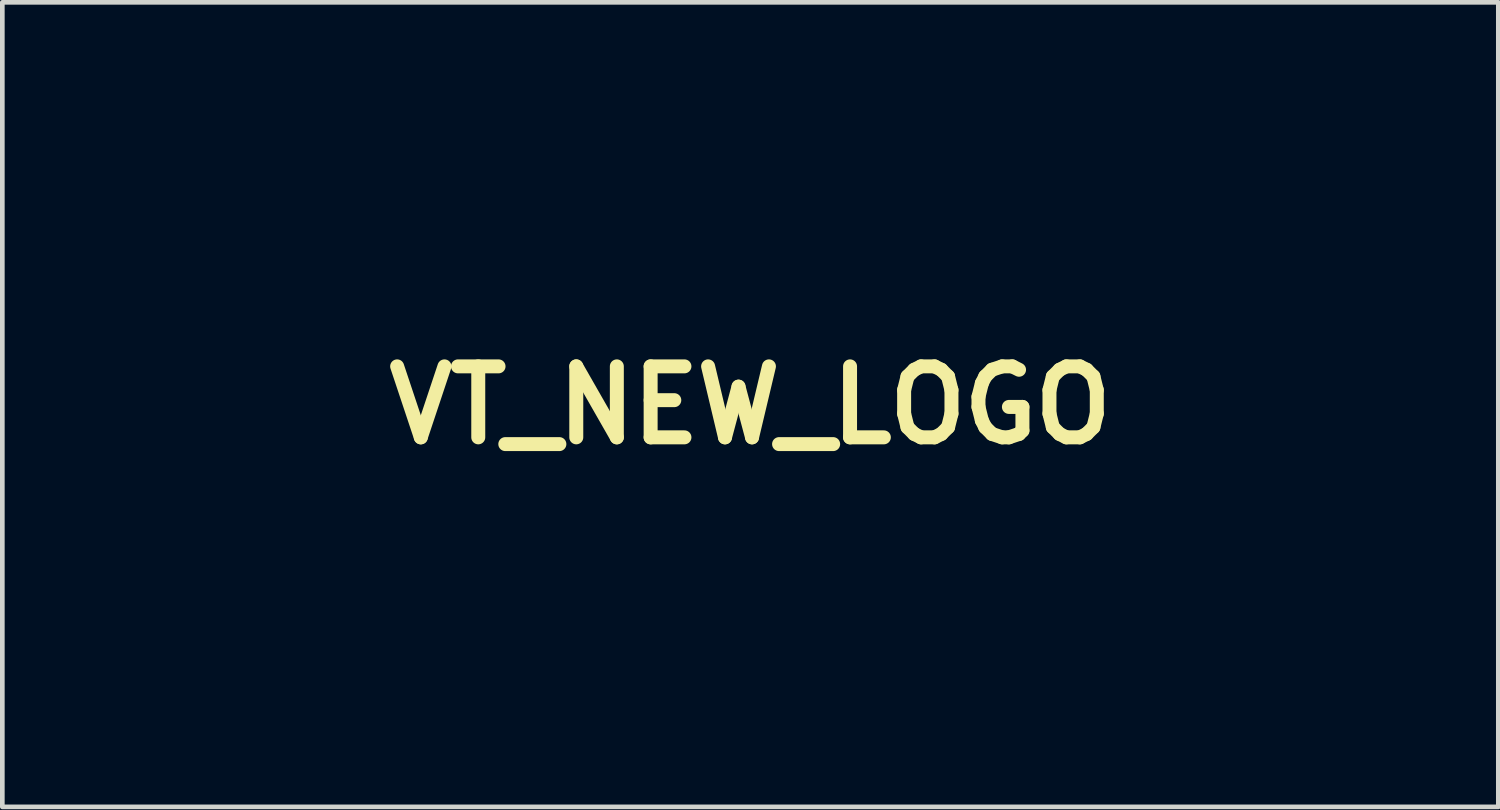
<source format=kicad_pcb>
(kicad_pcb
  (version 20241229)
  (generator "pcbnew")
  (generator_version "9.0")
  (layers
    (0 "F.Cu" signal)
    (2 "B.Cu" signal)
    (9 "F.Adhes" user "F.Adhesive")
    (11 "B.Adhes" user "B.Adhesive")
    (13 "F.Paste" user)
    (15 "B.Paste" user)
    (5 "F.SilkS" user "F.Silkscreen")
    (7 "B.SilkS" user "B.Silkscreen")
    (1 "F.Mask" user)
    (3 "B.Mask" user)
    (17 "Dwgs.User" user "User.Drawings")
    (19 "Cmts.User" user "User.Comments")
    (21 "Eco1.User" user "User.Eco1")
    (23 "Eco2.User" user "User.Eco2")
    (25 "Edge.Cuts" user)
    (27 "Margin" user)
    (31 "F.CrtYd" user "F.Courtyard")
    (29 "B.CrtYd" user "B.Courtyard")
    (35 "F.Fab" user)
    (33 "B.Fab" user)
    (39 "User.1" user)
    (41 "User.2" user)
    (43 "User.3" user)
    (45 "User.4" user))
  (footprint "VT_NEW_LOGO"
    (layer "F.Cu")
    (at 13.061 5.651)
    (property "Reference" "VT_NEW_LOGO" (at 0 0 0) (layer "F.SilkS") (effects (font (size 1.524 1.524) (thickness 0.3))))
    (attr through_hole)
    (fp_poly (pts (xy -9.754 5.588) (xy -10.211 5.588) (xy -10.211 3.2) (xy -9.754 3.2) (xy -9.754 5.588)) (stroke (width 0.01) (type solid)) (fill yes) (layer "F.Mask"))
    (fp_poly (pts (xy -3.658 5.588) (xy -4.115 5.588) (xy -4.115 3.2) (xy -3.658 3.2) (xy -3.658 5.588)) (stroke (width 0.01) (type solid)) (fill yes) (layer "F.Mask"))
    (fp_poly (pts (xy 0.356 5.588) (xy -0.102 5.588) (xy -0.102 3.2) (xy 0.356 3.2) (xy 0.356 5.588)) (stroke (width 0.01) (type solid)) (fill yes) (layer "F.Mask"))
    (fp_poly (pts (xy 6.147 3.607) (xy 5.436 3.607) (xy 5.436 5.588) (xy 4.981 5.588) (xy 4.967 4.61) (xy 4.953 3.632) (xy 4.61 3.617) (xy 4.267 3.602) (xy 4.267 3.2) (xy 6.147 3.2) (xy 6.147 3.607)) (stroke (width 0.01) (type solid)) (fill yes) (layer "F.Mask"))
    (fp_poly (pts (xy 8.026 3.607) (xy 6.96 3.607) (xy 6.96 4.166) (xy 7.823 4.166) (xy 7.823 4.623) (xy 6.954 4.623) (xy 6.985 5.156) (xy 8.026 5.185) (xy 8.026 5.588) (xy 6.502 5.588) (xy 6.502 3.2) (xy 8.026 3.2) (xy 8.026 3.607)) (stroke (width 0.01) (type solid)) (fill yes) (layer "F.Mask"))
    (fp_poly (pts (xy 11.43 4.166) (xy 12.598 4.166) (xy 12.598 3.2) (xy 13.056 3.2) (xy 13.056 5.588) (xy 12.598 5.588) (xy 12.598 4.623) (xy 11.43 4.623) (xy 11.43 5.588) (xy 10.973 5.588) (xy 10.973 3.2) (xy 11.43 3.2) (xy 11.43 4.166)) (stroke (width 0.01) (type solid)) (fill yes) (layer "F.Mask"))
    (fp_poly (pts (xy -0.813 5.588) (xy -1.007 5.588) (xy -1.084 5.586) (xy -1.15 5.575) (xy -1.214 5.543) (xy -1.286 5.48) (xy -1.377 5.378) (xy -1.495 5.224) (xy -1.651 5.011) (xy -1.854 4.726) (xy -1.9 4.661) (xy -2.067 4.428) (xy -2.216 4.225) (xy -2.335 4.065) (xy -2.415 3.964) (xy -2.443 3.934) (xy -2.459 3.972) (xy -2.473 4.099) (xy -2.483 4.305) (xy -2.488 4.576) (xy -2.489 4.747) (xy -2.489 5.588) (xy -2.946 5.588) (xy -2.946 3.2) (xy -2.68 3.201) (xy -2.518 3.208) (xy -2.396 3.226) (xy -2.358 3.239) (xy -2.312 3.291) (xy -2.219 3.412) (xy -2.088 3.588) (xy -1.932 3.803) (xy -1.8 3.988) (xy -1.295 4.699) (xy -1.267 3.2) (xy -0.813 3.2) (xy -0.813 5.588)) (stroke (width 0.01) (type solid)) (fill yes) (layer "F.Mask"))
    (fp_poly (pts (xy 9.842 3.204) (xy 10.084 3.287) (xy 10.279 3.397) (xy 10.395 3.48) (xy 10.446 3.552) (xy 10.448 3.627) (xy 10.442 3.649) (xy 10.362 3.757) (xy 10.22 3.795) (xy 10.031 3.76) (xy 9.924 3.715) (xy 9.696 3.629) (xy 9.496 3.617) (xy 9.284 3.68) (xy 9.214 3.711) (xy 9.014 3.859) (xy 8.873 4.067) (xy 8.8 4.306) (xy 8.805 4.552) (xy 8.863 4.721) (xy 9.032 4.949) (xy 9.252 5.096) (xy 9.506 5.156) (xy 9.776 5.123) (xy 9.884 5.084) (xy 10.08 5.007) (xy 10.219 4.985) (xy 10.332 5.015) (xy 10.419 5.074) (xy 10.497 5.151) (xy 10.498 5.212) (xy 10.471 5.251) (xy 10.358 5.342) (xy 10.179 5.44) (xy 9.971 5.528) (xy 9.765 5.593) (xy 9.652 5.614) (xy 9.376 5.605) (xy 9.144 5.542) (xy 8.882 5.413) (xy 8.654 5.212) (xy 8.65 5.208) (xy 8.454 4.924) (xy 8.349 4.616) (xy 8.33 4.299) (xy 8.396 3.989) (xy 8.542 3.702) (xy 8.766 3.454) (xy 9.014 3.288) (xy 9.263 3.203) (xy 9.553 3.175) (xy 9.842 3.204)) (stroke (width 0.01) (type solid)) (fill yes) (layer "F.Mask"))
    (fp_poly (pts (xy -8.193 3.202) (xy -8.015 3.209) (xy -7.894 3.225) (xy -7.806 3.254) (xy -7.729 3.3) (xy -7.688 3.33) (xy -7.49 3.534) (xy -7.386 3.777) (xy -7.366 3.962) (xy -7.41 4.232) (xy -7.537 4.454) (xy -7.648 4.556) (xy -7.78 4.653) (xy -7.444 5.108) (xy -7.109 5.563) (xy -7.312 5.578) (xy -7.458 5.579) (xy -7.58 5.547) (xy -7.696 5.47) (xy -7.825 5.334) (xy -7.987 5.126) (xy -8.007 5.1) (xy -8.146 4.918) (xy -8.245 4.805) (xy -8.321 4.748) (xy -8.392 4.732) (xy -8.424 4.734) (xy -8.491 4.746) (xy -8.532 4.777) (xy -8.555 4.849) (xy -8.567 4.982) (xy -8.575 5.169) (xy -8.589 5.588) (xy -9.042 5.588) (xy -9.042 3.658) (xy -8.585 3.658) (xy -8.585 4.267) (xy -8.31 4.267) (xy -8.14 4.262) (xy -8.004 4.248) (xy -7.956 4.237) (xy -7.894 4.17) (xy -7.847 4.048) (xy -7.844 4.032) (xy -7.84 3.859) (xy -7.909 3.743) (xy -8.058 3.678) (xy -8.288 3.658) (xy -8.585 3.658) (xy -9.042 3.658) (xy -9.042 3.2) (xy -8.45 3.2) (xy -8.193 3.202)) (stroke (width 0.01) (type solid)) (fill yes) (layer "F.Mask"))
    (fp_poly (pts (xy -5.454 3.201) (xy -5.142 3.315) (xy -4.934 3.448) (xy -4.849 3.543) (xy -4.848 3.648) (xy -4.849 3.649) (xy -4.929 3.754) (xy -5.069 3.796) (xy -5.245 3.769) (xy -5.317 3.74) (xy -5.604 3.648) (xy -5.88 3.646) (xy -6.127 3.728) (xy -6.33 3.894) (xy -6.368 3.942) (xy -6.452 4.121) (xy -6.496 4.344) (xy -6.49 4.558) (xy -6.483 4.593) (xy -6.379 4.811) (xy -6.202 4.986) (xy -5.976 5.106) (xy -5.724 5.157) (xy -5.495 5.133) (xy -5.362 5.09) (xy -5.301 5.036) (xy -5.284 4.942) (xy -5.283 4.9) (xy -5.294 4.78) (xy -5.337 4.732) (xy -5.4 4.724) (xy -5.546 4.685) (xy -5.625 4.57) (xy -5.639 4.46) (xy -5.639 4.318) (xy -4.826 4.318) (xy -4.826 5.376) (xy -5.045 5.482) (xy -5.259 5.556) (xy -5.519 5.603) (xy -5.78 5.62) (xy -5.999 5.599) (xy -6.02 5.594) (xy -6.347 5.46) (xy -6.614 5.252) (xy -6.812 4.983) (xy -6.93 4.666) (xy -6.96 4.394) (xy -6.915 4.056) (xy -6.79 3.763) (xy -6.599 3.521) (xy -6.356 3.337) (xy -6.075 3.219) (xy -5.77 3.171) (xy -5.454 3.201)) (stroke (width 0.01) (type solid)) (fill yes) (layer "F.Mask"))
    (fp_poly (pts (xy -10.63 3.348) (xy -10.668 3.437) (xy -10.741 3.603) (xy -10.84 3.831) (xy -10.96 4.105) (xy -11.093 4.409) (xy -11.151 4.542) (xy -11.608 5.587) (xy -11.827 5.587) (xy -11.957 5.582) (xy -12.035 5.551) (xy -12.093 5.468) (xy -12.146 5.347) (xy -12.222 5.169) (xy -12.317 4.951) (xy -12.396 4.775) (xy -12.484 4.576) (xy -12.587 4.342) (xy -12.694 4.092) (xy -12.801 3.844) (xy -12.897 3.615) (xy -12.977 3.424) (xy -13.032 3.288) (xy -13.055 3.225) (xy -13.056 3.224) (xy -13.01 3.21) (xy -12.896 3.201) (xy -12.836 3.2) (xy -12.747 3.204) (xy -12.673 3.221) (xy -12.607 3.265) (xy -12.541 3.346) (xy -12.465 3.476) (xy -12.374 3.668) (xy -12.258 3.932) (xy -12.141 4.205) (xy -12.04 4.437) (xy -11.95 4.633) (xy -11.881 4.776) (xy -11.841 4.847) (xy -11.837 4.851) (xy -11.805 4.815) (xy -11.742 4.702) (xy -11.656 4.526) (xy -11.556 4.303) (xy -11.511 4.199) (xy -11.369 3.869) (xy -11.257 3.621) (xy -11.169 3.444) (xy -11.094 3.325) (xy -11.025 3.252) (xy -10.954 3.216) (xy -10.871 3.202) (xy -10.796 3.2) (xy -10.566 3.2) (xy -10.63 3.348)) (stroke (width 0.01) (type solid)) (fill yes) (layer "F.Mask"))
    (fp_poly (pts (xy 2.134 3.21) (xy 2.221 3.233) (xy 2.235 3.249) (xy 2.255 3.307) (xy 2.31 3.445) (xy 2.395 3.649) (xy 2.505 3.907) (xy 2.633 4.204) (xy 2.738 4.443) (xy 3.24 5.588) (xy 3.025 5.588) (xy 2.866 5.572) (xy 2.749 5.51) (xy 2.647 5.384) (xy 2.57 5.245) (xy 2.487 5.08) (xy 1.674 5.08) (xy 1.751 4.931) (xy 1.883 4.754) (xy 2.051 4.646) (xy 2.176 4.623) (xy 2.236 4.621) (xy 2.267 4.602) (xy 2.266 4.55) (xy 2.231 4.447) (xy 2.16 4.274) (xy 2.12 4.179) (xy 2.054 4.035) (xy 2.002 3.938) (xy 1.981 3.912) (xy 1.953 3.956) (xy 1.893 4.078) (xy 1.808 4.262) (xy 1.705 4.493) (xy 1.632 4.661) (xy 1.517 4.923) (xy 1.41 5.156) (xy 1.319 5.343) (xy 1.254 5.465) (xy 1.231 5.499) (xy 1.149 5.548) (xy 1.026 5.58) (xy 0.896 5.591) (xy 0.797 5.578) (xy 0.762 5.544) (xy 0.781 5.482) (xy 0.834 5.348) (xy 0.911 5.162) (xy 0.993 4.972) (xy 1.109 4.705) (xy 1.246 4.387) (xy 1.385 4.062) (xy 1.487 3.823) (xy 1.75 3.2) (xy 1.993 3.2) (xy 2.134 3.21)) (stroke (width 0.01) (type solid)) (fill yes) (layer "F.Mask"))
    (fp_poly (pts (xy 4.729 -5.645) (xy 5.236 -5.643) (xy 5.72 -5.64) (xy 6.17 -5.635) (xy 6.577 -5.628) (xy 6.931 -5.619) (xy 7.222 -5.609) (xy 7.441 -5.598) (xy 7.576 -5.584) (xy 7.62 -5.57) (xy 7.597 -5.499) (xy 7.535 -5.361) (xy 7.444 -5.18) (xy 7.375 -5.05) (xy 7.239 -4.799) (xy 7.081 -4.506) (xy 6.926 -4.218) (xy 6.859 -4.093) (xy 6.741 -3.874) (xy 6.633 -3.674) (xy 6.548 -3.519) (xy 6.508 -3.446) (xy 6.426 -3.303) (xy 5.126 -3.302) (xy 3.826 -3.302) (xy 2.942 -1.641) (xy 2.72 -1.225) (xy 2.496 -0.803) (xy 2.277 -0.392) (xy 2.074 -0.009) (xy 1.894 0.33) (xy 1.747 0.608) (xy 1.667 0.759) (xy 1.277 1.499) (xy -0.1 1.512) (xy -1.478 1.526) (xy -1.418 1.411) (xy -1.37 1.321) (xy -1.286 1.165) (xy -1.178 0.966) (xy -1.068 0.762) (xy -0.921 0.491) (xy -0.76 0.194) (xy -0.611 -0.085) (xy -0.534 -0.229) (xy -0.416 -0.449) (xy -0.303 -0.659) (xy -0.211 -0.828) (xy -0.177 -0.889) (xy -0.093 -1.041) (xy 0.015 -1.238) (xy 0.115 -1.422) (xy 0.225 -1.627) (xy 0.337 -1.833) (xy 0.418 -1.981) (xy 0.492 -2.119) (xy 0.599 -2.318) (xy 0.724 -2.551) (xy 0.833 -2.756) (xy 1.123 -3.302) (xy 0.206 -3.302) (xy -0.087 -3.303) (xy -0.341 -3.306) (xy -0.54 -3.312) (xy -0.669 -3.318) (xy -0.711 -3.325) (xy -0.687 -3.377) (xy -0.625 -3.491) (xy -0.537 -3.645) (xy -0.531 -3.655) (xy -0.351 -3.962) (xy 0.917 -3.962) (xy 1.284 -3.961) (xy 1.604 -3.956) (xy 1.865 -3.948) (xy 2.055 -3.937) (xy 2.164 -3.925) (xy 2.184 -3.916) (xy 2.161 -3.863) (xy 2.094 -3.73) (xy 1.989 -3.527) (xy 1.851 -3.263) (xy 1.684 -2.949) (xy 1.494 -2.593) (xy 1.286 -2.206) (xy 1.188 -2.024) (xy 0.96 -1.602) (xy 0.736 -1.187) (xy 0.524 -0.793) (xy 0.33 -0.433) (xy 0.161 -0.119) (xy 0.025 0.135) (xy -0.071 0.315) (xy -0.087 0.345) (xy -0.365 0.867) (xy 0.253 0.853) (xy 0.872 0.838) (xy 1.455 -0.254) (xy 1.652 -0.624) (xy 1.866 -1.024) (xy 2.08 -1.426) (xy 2.281 -1.802) (xy 2.453 -2.123) (xy 2.485 -2.184) (xy 2.649 -2.491) (xy 2.817 -2.807) (xy 2.975 -3.103) (xy 3.109 -3.356) (xy 3.181 -3.492) (xy 3.429 -3.962) (xy 4.733 -3.962) (xy 6.036 -3.962) (xy 6.295 -4.442) (xy 6.4 -4.64) (xy 6.485 -4.804) (xy 6.539 -4.914) (xy 6.553 -4.95) (xy 6.504 -4.955) (xy 6.362 -4.96) (xy 6.136 -4.964) (xy 5.836 -4.968) (xy 5.47 -4.972) (xy 5.048 -4.975) (xy 4.578 -4.976) (xy 4.069 -4.978) (xy 3.645 -4.978) (xy 2.995 -4.977) (xy 2.438 -4.976) (xy 1.966 -4.974) (xy 1.57 -4.969) (xy 1.241 -4.962) (xy 0.971 -4.951) (xy 0.752 -4.937) (xy 0.575 -4.917) (xy 0.431 -4.892) (xy 0.312 -4.862) (xy 0.209 -4.824) (xy 0.114 -4.78) (xy 0.018 -4.727) (xy -0.035 -4.696) (xy -0.264 -4.539) (xy -0.47 -4.344) (xy -0.669 -4.095) (xy -0.873 -3.774) (xy -1.012 -3.526) (xy -1.143 -3.282) (xy -1.268 -3.051) (xy -1.373 -2.858) (xy -1.444 -2.727) (xy -1.45 -2.718) (xy -1.51 -2.608) (xy -1.611 -2.422) (xy -1.746 -2.173) (xy -1.908 -1.876) (xy -2.089 -1.542) (xy -2.282 -1.186) (xy -2.48 -0.821) (xy -2.676 -0.46) (xy -2.861 -0.117) (xy -3.03 0.195) (xy -3.175 0.463) (xy -3.24 0.584) (xy -3.416 0.91) (xy -3.551 1.156) (xy -3.65 1.335) (xy -3.721 1.455) (xy -3.769 1.528) (xy -3.8 1.564) (xy -3.821 1.574) (xy -3.821 1.574) (xy -3.866 1.534) (xy -3.93 1.434) (xy -3.943 1.41) (xy -4.008 1.283) (xy -4.102 1.104) (xy -4.206 0.908) (xy -4.216 0.889) (xy -4.276 0.778) (xy -4.377 0.589) (xy -4.514 0.331) (xy -4.682 0.017) (xy -4.875 -0.342) (xy -5.086 -0.737) (xy -5.309 -1.155) (xy -5.54 -1.586) (xy -5.772 -2.019) (xy -5.999 -2.443) (xy -6.215 -2.847) (xy -6.414 -3.22) (xy -6.592 -3.551) (xy -6.741 -3.83) (xy -6.855 -4.044) (xy -6.907 -4.14) (xy -7.13 -4.557) (xy -7.308 -4.891) (xy -7.446 -5.152) (xy -7.547 -5.346) (xy -7.616 -5.48) (xy -7.656 -5.563) (xy -7.67 -5.602) (xy -7.671 -5.605) (xy -7.622 -5.614) (xy -7.485 -5.622) (xy -7.273 -5.629) (xy -6.999 -5.634) (xy -6.677 -5.638) (xy -6.332 -5.639) (xy -4.992 -5.639) (xy -4.566 -4.841) (xy -4.415 -4.557) (xy -4.267 -4.281) (xy -4.135 -4.035) (xy -4.031 -3.841) (xy -3.982 -3.748) (xy -3.823 -3.452) (xy -3.232 -4.5) (xy -3.066 -4.797) (xy -2.918 -5.065) (xy -2.795 -5.292) (xy -2.704 -5.464) (xy -2.651 -5.568) (xy -2.642 -5.594) (xy -2.593 -5.607) (xy -2.458 -5.619) (xy -2.252 -5.629) (xy -1.989 -5.636) (xy -1.685 -5.639) (xy -1.6 -5.639) (xy -1.287 -5.637) (xy -1.012 -5.631) (xy -0.79 -5.623) (xy -0.635 -5.612) (xy -0.562 -5.6) (xy -0.559 -5.596) (xy -0.6 -5.545) (xy -0.673 -5.501) (xy -0.769 -5.441) (xy -0.907 -5.335) (xy -1.049 -5.214) (xy -1.31 -4.978) (xy -2.211 -4.978) (xy -2.515 -4.434) (xy -2.656 -4.183) (xy -2.799 -3.925) (xy -2.928 -3.696) (xy -3.005 -3.558) (xy -3.23 -3.155) (xy -3.411 -2.834) (xy -3.552 -2.586) (xy -3.659 -2.403) (xy -3.737 -2.278) (xy -3.789 -2.202) (xy -3.821 -2.167) (xy -3.83 -2.163) (xy -3.87 -2.204) (xy -3.946 -2.317) (xy -4.047 -2.486) (xy -4.162 -2.692) (xy -4.308 -2.964) (xy -4.469 -3.262) (xy -4.621 -3.541) (xy -4.698 -3.683) (xy -4.837 -3.938) (xy -4.987 -4.218) (xy -5.124 -4.474) (xy -5.162 -4.547) (xy -5.377 -4.953) (xy -6.612 -4.982) (xy -6.399 -4.586) (xy -6.269 -4.346) (xy -6.128 -4.084) (xy -6.005 -3.853) (xy -5.995 -3.835) (xy -5.902 -3.661) (xy -5.774 -3.424) (xy -5.627 -3.151) (xy -5.475 -2.87) (xy -5.42 -2.769) (xy -5.26 -2.472) (xy -5.091 -2.156) (xy -4.929 -1.855) (xy -4.794 -1.601) (xy -4.766 -1.548) (xy -4.528 -1.1) (xy -4.334 -0.734) (xy -4.178 -0.442) (xy -4.056 -0.216) (xy -3.965 -0.048) (xy -3.899 0.07) (xy -3.855 0.145) (xy -3.828 0.187) (xy -3.813 0.202) (xy -3.811 0.202) (xy -3.782 0.159) (xy -3.71 0.035) (xy -3.6 -0.16) (xy -3.457 -0.417) (xy -3.286 -0.727) (xy -3.093 -1.08) (xy -2.882 -1.468) (xy -2.748 -1.716) (xy -2.518 -2.14) (xy -2.295 -2.553) (xy -2.085 -2.941) (xy -1.894 -3.294) (xy -1.729 -3.598) (xy -1.597 -3.842) (xy -1.504 -4.014) (xy -1.478 -4.062) (xy -1.178 -4.525) (xy -0.823 -4.915) (xy -0.422 -5.226) (xy 0.016 -5.451) (xy 0.393 -5.564) (xy 0.513 -5.579) (xy 0.717 -5.593) (xy 0.996 -5.605) (xy 1.339 -5.615) (xy 1.737 -5.624) (xy 2.18 -5.632) (xy 2.659 -5.637) (xy 3.163 -5.642) (xy 3.682 -5.645) (xy 4.208 -5.646) (xy 4.729 -5.645)) (stroke (width 0.01) (type solid)) (fill yes) (layer "F.Mask")))
  (gr_rect
    (start -3 -3)
    (end 29.121 14.275)
    (stroke (width 0.1) (type default))
    (fill no)
    (layer "Edge.Cuts")))
</source>
